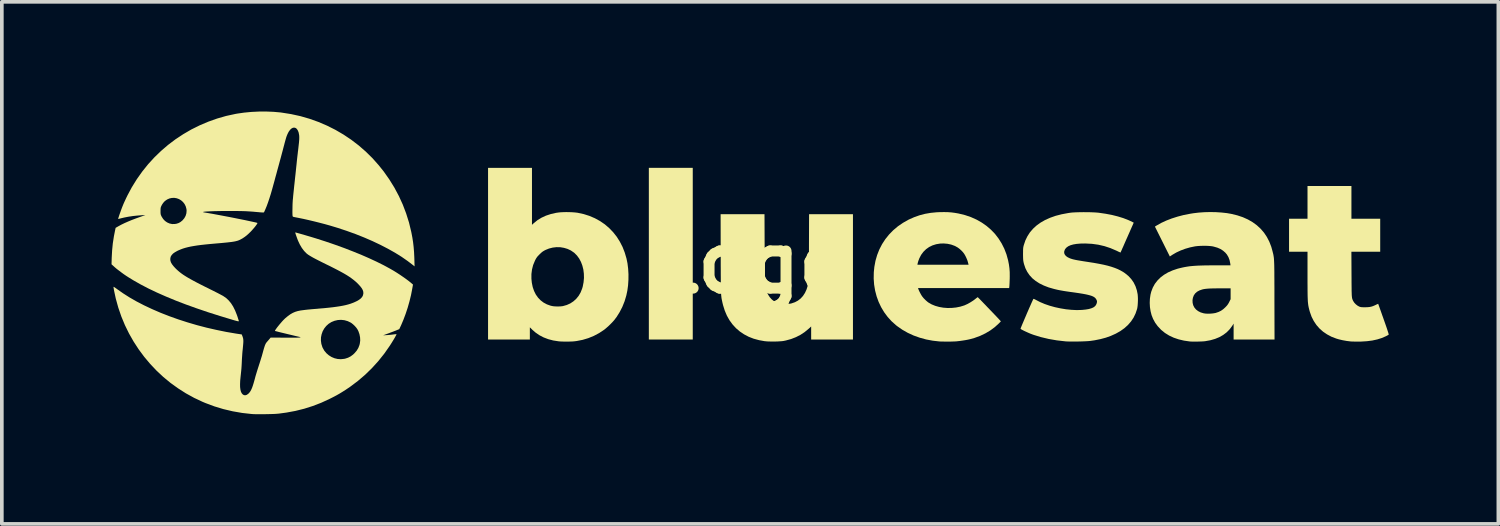
<source format=kicad_pcb>
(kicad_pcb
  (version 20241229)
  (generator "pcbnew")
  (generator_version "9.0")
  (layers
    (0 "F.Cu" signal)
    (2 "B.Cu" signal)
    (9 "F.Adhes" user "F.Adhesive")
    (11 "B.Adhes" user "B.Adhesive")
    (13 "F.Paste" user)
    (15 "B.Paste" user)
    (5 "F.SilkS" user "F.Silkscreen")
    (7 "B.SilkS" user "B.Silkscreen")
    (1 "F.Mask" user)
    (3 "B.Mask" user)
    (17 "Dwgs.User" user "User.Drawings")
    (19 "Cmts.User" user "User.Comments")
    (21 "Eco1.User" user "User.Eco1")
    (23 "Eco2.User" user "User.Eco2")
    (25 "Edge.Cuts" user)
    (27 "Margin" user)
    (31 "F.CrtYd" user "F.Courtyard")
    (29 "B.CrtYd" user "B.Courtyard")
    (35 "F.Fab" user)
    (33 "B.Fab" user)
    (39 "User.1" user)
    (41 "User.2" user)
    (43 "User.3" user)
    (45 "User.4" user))
  (footprint "Logo"
    (layer "F.Cu")
    (at 17.502 4.14)
    (property "Reference" "Logo" (at 0 0 0) (layer "F.SilkS") (effects (font (size 1.524 1.524) (thickness 0.3))))
    (attr board_only exclude_from_pos_files exclude_from_bom)
    (fp_poly (pts (xy -1.607 2.095) (xy -2.808 2.095) (xy -2.808 -2.6) (xy -1.607 -2.6)) (stroke (width 0) (type solid)) (fill yes) (layer "F.SilkS"))
    (fp_poly (pts (xy 16.406 -1.209) (xy 17.193 -1.209) (xy 17.193 -0.306) (xy 16.405 -0.306) (xy 16.408 0.308) (xy 16.409 0.427) (xy 16.409 0.53) (xy 16.41 0.619) (xy 16.411 0.696) (xy 16.411 0.76) (xy 16.413 0.814) (xy 16.414 0.859) (xy 16.416 0.896) (xy 16.419 0.926) (xy 16.422 0.951) (xy 16.426 0.971) (xy 16.431 0.989) (xy 16.437 1.004) (xy 16.443 1.019) (xy 16.451 1.035) (xy 16.458 1.048) (xy 16.486 1.09) (xy 16.525 1.131) (xy 16.57 1.167) (xy 16.615 1.192) (xy 16.619 1.194) (xy 16.641 1.202) (xy 16.662 1.207) (xy 16.687 1.211) (xy 16.719 1.212) (xy 16.762 1.213) (xy 16.779 1.213) (xy 16.845 1.211) (xy 16.9 1.206) (xy 16.949 1.196) (xy 16.997 1.181) (xy 17.05 1.158) (xy 17.067 1.15) (xy 17.097 1.135) (xy 17.121 1.125) (xy 17.135 1.119) (xy 17.138 1.119) (xy 17.141 1.127) (xy 17.149 1.15) (xy 17.162 1.185) (xy 17.178 1.231) (xy 17.198 1.287) (xy 17.221 1.352) (xy 17.246 1.424) (xy 17.274 1.501) (xy 17.287 1.539) (xy 17.321 1.635) (xy 17.349 1.715) (xy 17.372 1.782) (xy 17.39 1.837) (xy 17.404 1.881) (xy 17.415 1.914) (xy 17.421 1.938) (xy 17.424 1.953) (xy 17.425 1.962) (xy 17.423 1.964) (xy 17.411 1.971) (xy 17.388 1.984) (xy 17.359 1.999) (xy 17.35 2.004) (xy 17.238 2.053) (xy 17.114 2.092) (xy 16.978 2.122) (xy 16.831 2.141) (xy 16.673 2.151) (xy 16.58 2.152) (xy 16.528 2.151) (xy 16.48 2.151) (xy 16.438 2.15) (xy 16.407 2.149) (xy 16.39 2.148) (xy 16.39 2.148) (xy 16.275 2.134) (xy 16.165 2.114) (xy 16.062 2.09) (xy 15.992 2.069) (xy 15.859 2.018) (xy 15.739 1.954) (xy 15.63 1.88) (xy 15.533 1.794) (xy 15.448 1.697) (xy 15.376 1.589) (xy 15.316 1.471) (xy 15.27 1.342) (xy 15.254 1.286) (xy 15.246 1.252) (xy 15.238 1.221) (xy 15.232 1.19) (xy 15.226 1.159) (xy 15.222 1.127) (xy 15.218 1.092) (xy 15.214 1.052) (xy 15.212 1.008) (xy 15.21 0.956) (xy 15.208 0.897) (xy 15.207 0.829) (xy 15.206 0.75) (xy 15.206 0.659) (xy 15.205 0.555) (xy 15.205 0.436) (xy 15.205 0.347) (xy 15.205 -0.306) (xy 14.7 -0.306) (xy 14.7 -1.209) (xy 15.205 -1.209) (xy 15.205 -2.104) (xy 16.406 -2.104)) (stroke (width 0) (type solid)) (fill yes) (layer "F.SilkS"))
    (fp_poly (pts (xy 0.359 -0.395) (xy 0.359 -0.245) (xy 0.36 -0.111) (xy 0.36 0.009) (xy 0.361 0.116) (xy 0.362 0.21) (xy 0.362 0.292) (xy 0.364 0.364) (xy 0.365 0.426) (xy 0.367 0.479) (xy 0.369 0.525) (xy 0.371 0.565) (xy 0.374 0.598) (xy 0.377 0.627) (xy 0.381 0.653) (xy 0.386 0.676) (xy 0.391 0.697) (xy 0.396 0.717) (xy 0.403 0.738) (xy 0.41 0.76) (xy 0.415 0.774) (xy 0.451 0.863) (xy 0.499 0.938) (xy 0.556 1.001) (xy 0.624 1.052) (xy 0.703 1.09) (xy 0.754 1.107) (xy 0.796 1.115) (xy 0.849 1.12) (xy 0.908 1.122) (xy 0.969 1.121) (xy 1.026 1.118) (xy 1.074 1.112) (xy 1.093 1.107) (xy 1.187 1.075) (xy 1.271 1.03) (xy 1.344 0.973) (xy 1.407 0.904) (xy 1.461 0.821) (xy 1.505 0.726) (xy 1.539 0.617) (xy 1.554 0.551) (xy 1.557 0.539) (xy 1.559 0.525) (xy 1.56 0.507) (xy 1.562 0.485) (xy 1.563 0.457) (xy 1.564 0.424) (xy 1.565 0.383) (xy 1.566 0.334) (xy 1.567 0.276) (xy 1.568 0.207) (xy 1.569 0.128) (xy 1.569 0.037) (xy 1.57 -0.068) (xy 1.57 -0.186) (xy 1.571 -0.319) (xy 1.571 -0.424) (xy 1.574 -1.333) (xy 2.774 -1.333) (xy 2.774 2.095) (xy 1.631 2.095) (xy 1.631 1.738) (xy 1.567 1.797) (xy 1.456 1.889) (xy 1.34 1.966) (xy 1.215 2.03) (xy 1.082 2.082) (xy 0.939 2.121) (xy 0.877 2.134) (xy 0.833 2.14) (xy 0.777 2.144) (xy 0.712 2.148) (xy 0.642 2.15) (xy 0.57 2.15) (xy 0.5 2.149) (xy 0.435 2.147) (xy 0.38 2.142) (xy 0.364 2.141) (xy 0.208 2.113) (xy 0.06 2.073) (xy -0.077 2.02) (xy -0.204 1.953) (xy -0.32 1.875) (xy -0.426 1.784) (xy -0.52 1.681) (xy -0.603 1.567) (xy -0.674 1.441) (xy -0.732 1.304) (xy -0.778 1.157) (xy -0.795 1.088) (xy -0.801 1.059) (xy -0.807 1.033) (xy -0.812 1.008) (xy -0.817 0.984) (xy -0.821 0.96) (xy -0.824 0.935) (xy -0.827 0.908) (xy -0.83 0.878) (xy -0.832 0.844) (xy -0.834 0.804) (xy -0.836 0.759) (xy -0.837 0.707) (xy -0.838 0.647) (xy -0.839 0.578) (xy -0.84 0.5) (xy -0.84 0.41) (xy -0.841 0.309) (xy -0.841 0.196) (xy -0.842 0.068) (xy -0.842 -0.073) (xy -0.842 -0.231) (xy -0.843 -0.246) (xy -0.845 -1.333) (xy 0.355 -1.333)) (stroke (width 0) (type solid)) (fill yes) (layer "F.SilkS"))
    (fp_poly (pts (xy -6.004 -1.042) (xy -5.957 -1.085) (xy -5.856 -1.167) (xy -5.744 -1.236) (xy -5.623 -1.292) (xy -5.49 -1.336) (xy -5.347 -1.369) (xy -5.275 -1.379) (xy -5.217 -1.385) (xy -5.147 -1.388) (xy -5.07 -1.39) (xy -4.989 -1.389) (xy -4.911 -1.386) (xy -4.838 -1.381) (xy -4.776 -1.374) (xy -4.754 -1.371) (xy -4.588 -1.335) (xy -4.431 -1.285) (xy -4.282 -1.221) (xy -4.142 -1.144) (xy -4.012 -1.055) (xy -3.893 -0.953) (xy -3.784 -0.84) (xy -3.686 -0.716) (xy -3.601 -0.581) (xy -3.527 -0.437) (xy -3.467 -0.283) (xy -3.419 -0.12) (xy -3.392 0.012) (xy -3.374 0.157) (xy -3.365 0.308) (xy -3.366 0.461) (xy -3.376 0.614) (xy -3.396 0.76) (xy -3.424 0.891) (xy -3.471 1.049) (xy -3.532 1.201) (xy -3.606 1.345) (xy -3.69 1.479) (xy -3.756 1.566) (xy -3.797 1.612) (xy -3.847 1.664) (xy -3.901 1.717) (xy -3.957 1.767) (xy -4.009 1.811) (xy -4.033 1.83) (xy -4.168 1.919) (xy -4.311 1.995) (xy -4.462 2.057) (xy -4.619 2.104) (xy -4.782 2.136) (xy -4.847 2.144) (xy -4.891 2.148) (xy -4.948 2.15) (xy -5.012 2.152) (xy -5.079 2.152) (xy -5.146 2.151) (xy -5.206 2.149) (xy -5.257 2.146) (xy -5.275 2.144) (xy -5.423 2.121) (xy -5.56 2.085) (xy -5.686 2.037) (xy -5.801 1.977) (xy -5.907 1.904) (xy -5.99 1.832) (xy -6.062 1.761) (xy -6.062 2.095) (xy -7.205 2.095) (xy -7.205 0.434) (xy -6.019 0.434) (xy -6.008 0.543) (xy -5.984 0.66) (xy -5.947 0.767) (xy -5.899 0.864) (xy -5.839 0.949) (xy -5.768 1.023) (xy -5.688 1.084) (xy -5.597 1.133) (xy -5.497 1.169) (xy -5.449 1.18) (xy -5.402 1.187) (xy -5.345 1.19) (xy -5.283 1.191) (xy -5.224 1.189) (xy -5.172 1.183) (xy -5.155 1.18) (xy -5.05 1.15) (xy -4.955 1.107) (xy -4.869 1.05) (xy -4.793 0.981) (xy -4.728 0.901) (xy -4.674 0.808) (xy -4.633 0.705) (xy -4.616 0.648) (xy -4.593 0.529) (xy -4.582 0.41) (xy -4.585 0.294) (xy -4.599 0.181) (xy -4.626 0.074) (xy -4.664 -0.027) (xy -4.713 -0.119) (xy -4.773 -0.201) (xy -4.843 -0.272) (xy -4.857 -0.283) (xy -4.94 -0.34) (xy -5.031 -0.383) (xy -5.128 -0.412) (xy -5.229 -0.429) (xy -5.333 -0.431) (xy -5.437 -0.419) (xy -5.539 -0.393) (xy -5.63 -0.356) (xy -5.669 -0.336) (xy -5.699 -0.318) (xy -5.726 -0.299) (xy -5.754 -0.275) (xy -5.787 -0.244) (xy -5.798 -0.233) (xy -5.832 -0.198) (xy -5.858 -0.17) (xy -5.877 -0.143) (xy -5.895 -0.115) (xy -5.914 -0.079) (xy -5.924 -0.058) (xy -5.972 0.058) (xy -6.003 0.179) (xy -6.019 0.304) (xy -6.019 0.434) (xy -7.205 0.434) (xy -7.205 -2.6) (xy -6.004 -2.6)) (stroke (width 0) (type solid)) (fill yes) (layer "F.SilkS"))
    (fp_poly (pts (xy 5.372 -1.388) (xy 5.466 -1.381) (xy 5.559 -1.369) (xy 5.657 -1.352) (xy 5.666 -1.35) (xy 5.838 -1.308) (xy 6 -1.253) (xy 6.152 -1.185) (xy 6.295 -1.104) (xy 6.427 -1.012) (xy 6.548 -0.908) (xy 6.658 -0.794) (xy 6.755 -0.668) (xy 6.84 -0.533) (xy 6.913 -0.388) (xy 6.972 -0.234) (xy 7.017 -0.071) (xy 7.018 -0.065) (xy 7.039 0.041) (xy 7.053 0.144) (xy 7.061 0.249) (xy 7.062 0.363) (xy 7.061 0.431) (xy 7.059 0.485) (xy 7.057 0.537) (xy 7.055 0.583) (xy 7.053 0.619) (xy 7.051 0.642) (xy 7.051 0.644) (xy 7.046 0.687) (xy 4.554 0.687) (xy 4.559 0.706) (xy 4.571 0.737) (xy 4.589 0.777) (xy 4.611 0.82) (xy 4.634 0.863) (xy 4.656 0.899) (xy 4.666 0.914) (xy 4.707 0.965) (xy 4.757 1.016) (xy 4.81 1.062) (xy 4.839 1.084) (xy 4.926 1.134) (xy 5.024 1.174) (xy 5.13 1.204) (xy 5.243 1.224) (xy 5.359 1.233) (xy 5.478 1.231) (xy 5.595 1.219) (xy 5.71 1.196) (xy 5.82 1.162) (xy 5.838 1.154) (xy 5.911 1.121) (xy 5.987 1.078) (xy 6.062 1.03) (xy 6.12 0.986) (xy 6.147 0.965) (xy 6.169 0.948) (xy 6.183 0.938) (xy 6.186 0.937) (xy 6.193 0.943) (xy 6.209 0.959) (xy 6.235 0.985) (xy 6.268 1.019) (xy 6.307 1.059) (xy 6.351 1.105) (xy 6.399 1.154) (xy 6.449 1.207) (xy 6.5 1.26) (xy 6.551 1.313) (xy 6.601 1.365) (xy 6.647 1.413) (xy 6.69 1.458) (xy 6.727 1.497) (xy 6.758 1.53) (xy 6.78 1.554) (xy 6.793 1.568) (xy 6.795 1.57) (xy 6.819 1.599) (xy 6.766 1.653) (xy 6.654 1.755) (xy 6.531 1.846) (xy 6.395 1.927) (xy 6.25 1.996) (xy 6.094 2.053) (xy 5.975 2.086) (xy 5.917 2.099) (xy 5.847 2.112) (xy 5.771 2.124) (xy 5.694 2.135) (xy 5.62 2.143) (xy 5.607 2.145) (xy 5.569 2.147) (xy 5.518 2.149) (xy 5.458 2.151) (xy 5.393 2.151) (xy 5.327 2.152) (xy 5.264 2.151) (xy 5.207 2.15) (xy 5.161 2.149) (xy 5.143 2.148) (xy 4.956 2.127) (xy 4.775 2.093) (xy 4.6 2.045) (xy 4.432 1.985) (xy 4.273 1.912) (xy 4.124 1.827) (xy 3.986 1.731) (xy 3.95 1.703) (xy 3.83 1.595) (xy 3.722 1.476) (xy 3.627 1.348) (xy 3.545 1.211) (xy 3.476 1.066) (xy 3.421 0.914) (xy 3.38 0.757) (xy 3.353 0.594) (xy 3.341 0.428) (xy 3.344 0.258) (xy 3.359 0.109) (xy 3.37 0.05) (xy 4.537 0.05) (xy 5.936 0.05) (xy 5.92 -0.014) (xy 5.903 -0.07) (xy 5.878 -0.131) (xy 5.85 -0.19) (xy 5.821 -0.241) (xy 5.813 -0.253) (xy 5.78 -0.296) (xy 5.737 -0.341) (xy 5.69 -0.383) (xy 5.644 -0.418) (xy 5.643 -0.419) (xy 5.557 -0.466) (xy 5.462 -0.501) (xy 5.36 -0.523) (xy 5.254 -0.532) (xy 5.158 -0.529) (xy 5.049 -0.511) (xy 4.948 -0.479) (xy 4.856 -0.434) (xy 4.773 -0.375) (xy 4.701 -0.304) (xy 4.639 -0.221) (xy 4.59 -0.127) (xy 4.565 -0.062) (xy 4.555 -0.03) (xy 4.546 0.002) (xy 4.542 0.019) (xy 4.537 0.05) (xy 3.37 0.05) (xy 3.39 -0.058) (xy 3.436 -0.217) (xy 3.496 -0.369) (xy 3.571 -0.514) (xy 3.659 -0.649) (xy 3.761 -0.776) (xy 3.875 -0.893) (xy 4.002 -1) (xy 4.14 -1.095) (xy 4.29 -1.18) (xy 4.308 -1.189) (xy 4.451 -1.252) (xy 4.596 -1.303) (xy 4.745 -1.342) (xy 4.901 -1.369) (xy 5.065 -1.385) (xy 5.161 -1.389) (xy 5.272 -1.39)) (stroke (width 0) (type solid)) (fill yes) (layer "F.SilkS"))
    (fp_poly (pts (xy 12.701 -1.388) (xy 12.854 -1.378) (xy 12.999 -1.362) (xy 13.12 -1.341) (xy 13.284 -1.301) (xy 13.437 -1.25) (xy 13.577 -1.187) (xy 13.705 -1.113) (xy 13.821 -1.028) (xy 13.924 -0.933) (xy 14.016 -0.826) (xy 14.094 -0.709) (xy 14.16 -0.581) (xy 14.214 -0.442) (xy 14.247 -0.323) (xy 14.254 -0.294) (xy 14.261 -0.268) (xy 14.267 -0.243) (xy 14.272 -0.22) (xy 14.276 -0.196) (xy 14.28 -0.171) (xy 14.284 -0.144) (xy 14.287 -0.114) (xy 14.289 -0.08) (xy 14.291 -0.041) (xy 14.293 0.004) (xy 14.295 0.055) (xy 14.296 0.115) (xy 14.297 0.183) (xy 14.298 0.261) (xy 14.298 0.349) (xy 14.299 0.449) (xy 14.299 0.562) (xy 14.3 0.688) (xy 14.3 0.829) (xy 14.3 0.985) (xy 14.3 1.017) (xy 14.303 2.095) (xy 13.184 2.095) (xy 13.184 1.878) (xy 13.184 1.66) (xy 13.144 1.724) (xy 13.074 1.817) (xy 12.993 1.899) (xy 12.899 1.97) (xy 12.794 2.03) (xy 12.677 2.078) (xy 12.548 2.115) (xy 12.408 2.14) (xy 12.404 2.141) (xy 12.362 2.145) (xy 12.308 2.148) (xy 12.247 2.15) (xy 12.183 2.152) (xy 12.119 2.152) (xy 12.061 2.152) (xy 12.011 2.15) (xy 11.984 2.148) (xy 11.826 2.125) (xy 11.679 2.09) (xy 11.544 2.044) (xy 11.42 1.986) (xy 11.307 1.916) (xy 11.206 1.834) (xy 11.192 1.82) (xy 11.108 1.73) (xy 11.038 1.635) (xy 10.982 1.532) (xy 10.941 1.429) (xy 10.914 1.323) (xy 10.896 1.21) (xy 10.89 1.094) (xy 10.893 1.018) (xy 12.06 1.018) (xy 12.063 1.092) (xy 12.08 1.16) (xy 12.112 1.222) (xy 12.157 1.275) (xy 12.215 1.319) (xy 12.284 1.354) (xy 12.366 1.378) (xy 12.37 1.379) (xy 12.42 1.386) (xy 12.481 1.389) (xy 12.546 1.387) (xy 12.61 1.382) (xy 12.668 1.373) (xy 12.696 1.367) (xy 12.772 1.341) (xy 12.838 1.309) (xy 12.897 1.268) (xy 12.953 1.218) (xy 12.989 1.181) (xy 13.015 1.15) (xy 13.036 1.119) (xy 13.057 1.083) (xy 13.063 1.07) (xy 13.102 0.992) (xy 13.102 0.696) (xy 12.818 0.696) (xy 12.718 0.696) (xy 12.633 0.697) (xy 12.56 0.699) (xy 12.499 0.702) (xy 12.448 0.706) (xy 12.404 0.711) (xy 12.366 0.717) (xy 12.332 0.725) (xy 12.33 0.725) (xy 12.251 0.752) (xy 12.185 0.788) (xy 12.133 0.834) (xy 12.095 0.889) (xy 12.071 0.953) (xy 12.06 1.018) (xy 10.893 1.018) (xy 10.895 0.979) (xy 10.911 0.868) (xy 10.932 0.785) (xy 10.974 0.675) (xy 11.03 0.573) (xy 11.101 0.481) (xy 11.184 0.398) (xy 11.282 0.324) (xy 11.392 0.259) (xy 11.517 0.204) (xy 11.654 0.158) (xy 11.721 0.141) (xy 11.785 0.126) (xy 11.849 0.113) (xy 11.913 0.102) (xy 11.979 0.092) (xy 12.05 0.085) (xy 12.127 0.079) (xy 12.212 0.074) (xy 12.305 0.071) (xy 12.41 0.068) (xy 12.528 0.067) (xy 12.66 0.066) (xy 12.688 0.066) (xy 13.099 0.066) (xy 13.092 0.014) (xy 13.073 -0.078) (xy 13.042 -0.159) (xy 13 -0.23) (xy 12.958 -0.28) (xy 12.895 -0.335) (xy 12.823 -0.381) (xy 12.74 -0.417) (xy 12.643 -0.445) (xy 12.608 -0.453) (xy 12.558 -0.46) (xy 12.495 -0.465) (xy 12.425 -0.468) (xy 12.351 -0.468) (xy 12.277 -0.466) (xy 12.208 -0.462) (xy 12.147 -0.455) (xy 12.13 -0.453) (xy 11.994 -0.425) (xy 11.862 -0.387) (xy 11.736 -0.34) (xy 11.619 -0.286) (xy 11.514 -0.225) (xy 11.499 -0.215) (xy 11.44 -0.176) (xy 11.032 -0.993) (xy 11.079 -1.023) (xy 11.203 -1.093) (xy 11.341 -1.157) (xy 11.491 -1.215) (xy 11.651 -1.266) (xy 11.819 -1.31) (xy 11.994 -1.344) (xy 12.079 -1.358) (xy 12.229 -1.376) (xy 12.385 -1.387) (xy 12.544 -1.391)) (stroke (width 0) (type solid)) (fill yes) (layer "F.SilkS"))
    (fp_poly (pts (xy 9.173 -1.387) (xy 9.26 -1.386) (xy 9.342 -1.383) (xy 9.416 -1.379) (xy 9.478 -1.374) (xy 9.495 -1.372) (xy 9.68 -1.345) (xy 9.855 -1.312) (xy 10.018 -1.271) (xy 10.168 -1.225) (xy 10.304 -1.172) (xy 10.359 -1.147) (xy 10.452 -1.102) (xy 10.441 -1.075) (xy 10.434 -1.06) (xy 10.423 -1.033) (xy 10.406 -0.996) (xy 10.385 -0.948) (xy 10.361 -0.894) (xy 10.335 -0.834) (xy 10.306 -0.769) (xy 10.277 -0.703) (xy 10.247 -0.636) (xy 10.218 -0.57) (xy 10.19 -0.506) (xy 10.165 -0.448) (xy 10.141 -0.396) (xy 10.122 -0.351) (xy 10.106 -0.317) (xy 10.096 -0.294) (xy 10.092 -0.284) (xy 10.092 -0.284) (xy 10.084 -0.286) (xy 10.064 -0.295) (xy 10.034 -0.308) (xy 9.998 -0.326) (xy 9.979 -0.335) (xy 9.815 -0.405) (xy 9.651 -0.459) (xy 9.483 -0.498) (xy 9.31 -0.522) (xy 9.131 -0.531) (xy 9.114 -0.531) (xy 8.995 -0.529) (xy 8.89 -0.52) (xy 8.8 -0.505) (xy 8.725 -0.484) (xy 8.663 -0.456) (xy 8.615 -0.422) (xy 8.579 -0.381) (xy 8.567 -0.359) (xy 8.551 -0.312) (xy 8.551 -0.268) (xy 8.568 -0.226) (xy 8.6 -0.188) (xy 8.646 -0.155) (xy 8.708 -0.125) (xy 8.756 -0.109) (xy 8.789 -0.099) (xy 8.828 -0.09) (xy 8.874 -0.08) (xy 8.929 -0.07) (xy 8.995 -0.059) (xy 9.073 -0.046) (xy 9.164 -0.032) (xy 9.209 -0.025) (xy 9.363 -0.001) (xy 9.502 0.024) (xy 9.627 0.049) (xy 9.74 0.076) (xy 9.841 0.105) (xy 9.932 0.136) (xy 10.015 0.169) (xy 10.09 0.206) (xy 10.159 0.245) (xy 10.214 0.282) (xy 10.306 0.357) (xy 10.385 0.442) (xy 10.45 0.535) (xy 10.501 0.638) (xy 10.538 0.75) (xy 10.56 0.859) (xy 10.564 0.909) (xy 10.567 0.968) (xy 10.567 1.032) (xy 10.564 1.098) (xy 10.56 1.16) (xy 10.553 1.215) (xy 10.545 1.257) (xy 10.544 1.26) (xy 10.503 1.382) (xy 10.448 1.496) (xy 10.379 1.6) (xy 10.296 1.696) (xy 10.199 1.784) (xy 10.087 1.864) (xy 9.961 1.935) (xy 9.95 1.94) (xy 9.823 1.997) (xy 9.688 2.045) (xy 9.542 2.084) (xy 9.383 2.116) (xy 9.267 2.133) (xy 9.225 2.137) (xy 9.17 2.141) (xy 9.105 2.144) (xy 9.031 2.147) (xy 8.954 2.149) (xy 8.875 2.15) (xy 8.799 2.15) (xy 8.727 2.15) (xy 8.663 2.149) (xy 8.61 2.147) (xy 8.584 2.145) (xy 8.349 2.118) (xy 8.125 2.079) (xy 7.911 2.028) (xy 7.719 1.969) (xy 7.674 1.953) (xy 7.624 1.934) (xy 7.573 1.912) (xy 7.522 1.889) (xy 7.474 1.867) (xy 7.431 1.846) (xy 7.395 1.827) (xy 7.37 1.812) (xy 7.358 1.802) (xy 7.357 1.8) (xy 7.359 1.791) (xy 7.368 1.769) (xy 7.382 1.734) (xy 7.4 1.69) (xy 7.422 1.638) (xy 7.447 1.579) (xy 7.474 1.515) (xy 7.503 1.448) (xy 7.532 1.379) (xy 7.562 1.311) (xy 7.59 1.245) (xy 7.618 1.183) (xy 7.643 1.126) (xy 7.665 1.076) (xy 7.684 1.035) (xy 7.698 1.005) (xy 7.707 0.987) (xy 7.71 0.983) (xy 7.719 0.984) (xy 7.739 0.992) (xy 7.766 1.005) (xy 7.776 1.011) (xy 7.89 1.07) (xy 8.018 1.124) (xy 8.155 1.171) (xy 8.3 1.211) (xy 8.449 1.243) (xy 8.6 1.268) (xy 8.749 1.283) (xy 8.894 1.29) (xy 9.032 1.286) (xy 9.044 1.285) (xy 9.141 1.275) (xy 9.224 1.261) (xy 9.291 1.242) (xy 9.346 1.219) (xy 9.388 1.189) (xy 9.418 1.154) (xy 9.437 1.113) (xy 9.443 1.092) (xy 9.448 1.064) (xy 9.447 1.044) (xy 9.441 1.024) (xy 9.432 1.005) (xy 9.418 0.981) (xy 9.399 0.959) (xy 9.376 0.939) (xy 9.346 0.921) (xy 9.308 0.904) (xy 9.262 0.889) (xy 9.206 0.874) (xy 9.139 0.859) (xy 9.059 0.844) (xy 8.966 0.829) (xy 8.859 0.813) (xy 8.787 0.803) (xy 8.691 0.79) (xy 8.61 0.778) (xy 8.539 0.767) (xy 8.477 0.756) (xy 8.422 0.746) (xy 8.369 0.735) (xy 8.318 0.723) (xy 8.273 0.712) (xy 8.126 0.67) (xy 7.994 0.619) (xy 7.876 0.561) (xy 7.772 0.495) (xy 7.681 0.421) (xy 7.605 0.338) (xy 7.541 0.246) (xy 7.49 0.145) (xy 7.453 0.035) (xy 7.443 -0.003) (xy 7.437 -0.033) (xy 7.432 -0.061) (xy 7.429 -0.093) (xy 7.427 -0.13) (xy 7.426 -0.176) (xy 7.425 -0.235) (xy 7.425 -0.244) (xy 7.426 -0.303) (xy 7.426 -0.348) (xy 7.428 -0.383) (xy 7.43 -0.411) (xy 7.434 -0.437) (xy 7.44 -0.463) (xy 7.447 -0.489) (xy 7.489 -0.614) (xy 7.545 -0.729) (xy 7.614 -0.836) (xy 7.698 -0.934) (xy 7.795 -1.023) (xy 7.906 -1.103) (xy 8.03 -1.174) (xy 8.167 -1.235) (xy 8.317 -1.288) (xy 8.48 -1.33) (xy 8.656 -1.363) (xy 8.716 -1.372) (xy 8.769 -1.378) (xy 8.836 -1.382) (xy 8.912 -1.385) (xy 8.996 -1.387) (xy 9.084 -1.388)) (stroke (width 0) (type solid)) (fill yes) (layer "F.SilkS"))
    (fp_poly (pts (xy -12.469 -0.832) (xy -12.447 -0.827) (xy -12.413 -0.817) (xy -12.368 -0.805) (xy -12.316 -0.79) (xy -12.257 -0.774) (xy -12.195 -0.755) (xy -12.131 -0.736) (xy -12.066 -0.717) (xy -12.003 -0.698) (xy -11.944 -0.68) (xy -11.917 -0.672) (xy -11.652 -0.587) (xy -11.394 -0.499) (xy -11.145 -0.409) (xy -10.905 -0.316) (xy -10.675 -0.223) (xy -10.458 -0.128) (xy -10.253 -0.033) (xy -10.062 0.062) (xy -9.887 0.157) (xy -9.864 0.17) (xy -9.781 0.218) (xy -9.696 0.271) (xy -9.61 0.327) (xy -9.527 0.384) (xy -9.449 0.439) (xy -9.378 0.492) (xy -9.318 0.54) (xy -9.294 0.561) (xy -9.258 0.592) (xy -9.28 0.716) (xy -9.312 0.881) (xy -9.354 1.052) (xy -9.403 1.225) (xy -9.459 1.394) (xy -9.52 1.556) (xy -9.584 1.707) (xy -9.595 1.73) (xy -9.633 1.811) (xy -9.696 1.837) (xy -9.725 1.849) (xy -9.765 1.864) (xy -9.813 1.883) (xy -9.865 1.902) (xy -9.917 1.922) (xy -10.075 1.98) (xy -9.988 1.975) (xy -9.94 1.972) (xy -9.885 1.967) (xy -9.831 1.961) (xy -9.806 1.958) (xy -9.769 1.953) (xy -9.738 1.95) (xy -9.716 1.949) (xy -9.708 1.95) (xy -9.71 1.958) (xy -9.72 1.979) (xy -9.737 2.009) (xy -9.758 2.048) (xy -9.784 2.092) (xy -9.813 2.139) (xy -9.843 2.188) (xy -9.874 2.237) (xy -9.892 2.265) (xy -10.043 2.481) (xy -10.206 2.685) (xy -10.381 2.878) (xy -10.567 3.059) (xy -10.765 3.228) (xy -10.975 3.386) (xy -11.102 3.472) (xy -11.186 3.525) (xy -11.266 3.574) (xy -11.347 3.62) (xy -11.434 3.666) (xy -11.531 3.715) (xy -11.543 3.721) (xy -11.769 3.825) (xy -11.998 3.913) (xy -12.231 3.987) (xy -12.471 4.047) (xy -12.719 4.093) (xy -12.926 4.121) (xy -12.97 4.125) (xy -13.028 4.129) (xy -13.096 4.132) (xy -13.173 4.134) (xy -13.253 4.136) (xy -13.336 4.137) (xy -13.417 4.138) (xy -13.493 4.137) (xy -13.563 4.137) (xy -13.622 4.135) (xy -13.668 4.132) (xy -13.669 4.132) (xy -13.93 4.103) (xy -14.188 4.058) (xy -14.442 3.998) (xy -14.69 3.923) (xy -14.931 3.833) (xy -15.01 3.8) (xy -15.244 3.69) (xy -15.469 3.566) (xy -15.684 3.429) (xy -15.891 3.28) (xy -16.087 3.118) (xy -16.272 2.945) (xy -16.446 2.761) (xy -16.609 2.567) (xy -16.76 2.363) (xy -16.898 2.151) (xy -17.024 1.93) (xy -17.136 1.701) (xy -17.234 1.465) (xy -17.317 1.223) (xy -17.386 0.974) (xy -17.429 0.775) (xy -17.437 0.733) (xy -17.443 0.697) (xy -17.447 0.67) (xy -17.448 0.655) (xy -17.448 0.653) (xy -17.441 0.655) (xy -17.423 0.665) (xy -17.397 0.682) (xy -17.365 0.705) (xy -17.355 0.713) (xy -17.19 0.829) (xy -17.011 0.943) (xy -16.817 1.054) (xy -16.61 1.161) (xy -16.391 1.264) (xy -16.162 1.363) (xy -15.924 1.456) (xy -15.678 1.544) (xy -15.424 1.626) (xy -15.165 1.702) (xy -14.901 1.771) (xy -14.634 1.832) (xy -14.365 1.887) (xy -14.095 1.933) (xy -14.062 1.938) (xy -13.941 1.956) (xy -13.919 2.013) (xy -13.91 2.04) (xy -13.903 2.067) (xy -13.899 2.097) (xy -13.897 2.133) (xy -13.898 2.175) (xy -13.902 2.228) (xy -13.908 2.293) (xy -13.913 2.349) (xy -13.92 2.411) (xy -13.926 2.483) (xy -13.931 2.558) (xy -13.936 2.63) (xy -13.938 2.675) (xy -13.941 2.743) (xy -13.944 2.798) (xy -13.947 2.846) (xy -13.95 2.89) (xy -13.954 2.934) (xy -13.959 2.983) (xy -13.965 3.04) (xy -13.972 3.105) (xy -13.983 3.216) (xy -13.987 3.312) (xy -13.986 3.394) (xy -13.978 3.462) (xy -13.964 3.518) (xy -13.944 3.561) (xy -13.917 3.593) (xy -13.917 3.594) (xy -13.882 3.615) (xy -13.845 3.62) (xy -13.806 3.609) (xy -13.766 3.582) (xy -13.747 3.564) (xy -13.723 3.536) (xy -13.701 3.504) (xy -13.681 3.466) (xy -13.661 3.421) (xy -13.641 3.366) (xy -13.62 3.3) (xy -13.597 3.22) (xy -13.581 3.162) (xy -13.566 3.104) (xy -13.546 3.037) (xy -13.524 2.964) (xy -13.501 2.891) (xy -13.479 2.823) (xy -13.474 2.807) (xy -13.453 2.743) (xy -13.431 2.674) (xy -13.41 2.605) (xy -13.39 2.541) (xy -13.375 2.486) (xy -13.371 2.472) (xy -13.351 2.398) (xy -13.334 2.339) (xy -13.319 2.291) (xy -13.306 2.253) (xy -13.293 2.223) (xy -13.281 2.199) (xy -13.267 2.179) (xy -13.252 2.16) (xy -13.246 2.154) (xy -13.221 2.125) (xy -11.776 2.125) (xy -11.764 2.214) (xy -11.737 2.3) (xy -11.728 2.321) (xy -11.684 2.399) (xy -11.627 2.468) (xy -11.56 2.526) (xy -11.485 2.573) (xy -11.404 2.607) (xy -11.319 2.627) (xy -11.231 2.633) (xy -11.142 2.624) (xy -11.112 2.618) (xy -11.033 2.592) (xy -10.963 2.556) (xy -10.898 2.508) (xy -10.86 2.472) (xy -10.799 2.402) (xy -10.753 2.326) (xy -10.721 2.243) (xy -10.712 2.205) (xy -10.701 2.122) (xy -10.705 2.036) (xy -10.722 1.949) (xy -10.751 1.866) (xy -10.78 1.811) (xy -10.812 1.767) (xy -10.854 1.72) (xy -10.9 1.677) (xy -10.946 1.641) (xy -10.959 1.633) (xy -11.042 1.593) (xy -11.131 1.567) (xy -11.222 1.557) (xy -11.313 1.562) (xy -11.404 1.583) (xy -11.49 1.618) (xy -11.566 1.666) (xy -11.631 1.725) (xy -11.685 1.793) (xy -11.728 1.87) (xy -11.757 1.952) (xy -11.774 2.037) (xy -11.776 2.125) (xy -13.221 2.125) (xy -13.221 2.125) (xy -13.196 2.096) (xy -13.178 2.075) (xy -13.151 2.042) (xy -12.756 2.044) (xy -12.652 2.045) (xy -12.565 2.045) (xy -12.493 2.045) (xy -12.435 2.044) (xy -12.391 2.042) (xy -12.36 2.04) (xy -12.341 2.038) (xy -12.334 2.035) (xy -12.337 2.031) (xy -12.351 2.026) (xy -12.37 2.021) (xy -12.403 2.014) (xy -12.446 2.004) (xy -12.497 1.992) (xy -12.555 1.978) (xy -12.617 1.963) (xy -12.681 1.948) (xy -12.746 1.932) (xy -12.809 1.917) (xy -12.867 1.903) (xy -12.92 1.89) (xy -12.965 1.878) (xy -13 1.869) (xy -13.024 1.863) (xy -13.033 1.861) (xy -13.033 1.861) (xy -13.031 1.851) (xy -13.02 1.831) (xy -13.001 1.803) (xy -12.976 1.768) (xy -12.945 1.729) (xy -12.912 1.688) (xy -12.876 1.646) (xy -12.841 1.605) (xy -12.807 1.568) (xy -12.775 1.536) (xy -12.749 1.511) (xy -12.749 1.511) (xy -12.676 1.451) (xy -12.609 1.403) (xy -12.544 1.366) (xy -12.479 1.338) (xy -12.41 1.317) (xy -12.333 1.301) (xy -12.302 1.297) (xy -12.266 1.292) (xy -12.234 1.288) (xy -12.205 1.284) (xy -12.175 1.281) (xy -12.144 1.277) (xy -12.108 1.274) (xy -12.065 1.27) (xy -12.014 1.265) (xy -11.951 1.26) (xy -11.875 1.254) (xy -11.838 1.25) (xy -11.693 1.238) (xy -11.564 1.225) (xy -11.449 1.212) (xy -11.345 1.198) (xy -11.253 1.184) (xy -11.17 1.169) (xy -11.096 1.153) (xy -11.028 1.135) (xy -10.965 1.116) (xy -10.906 1.094) (xy -10.875 1.082) (xy -10.795 1.045) (xy -10.732 1.008) (xy -10.683 0.97) (xy -10.648 0.93) (xy -10.626 0.887) (xy -10.616 0.841) (xy -10.615 0.823) (xy -10.619 0.781) (xy -10.634 0.738) (xy -10.659 0.693) (xy -10.697 0.643) (xy -10.746 0.589) (xy -10.79 0.544) (xy -10.837 0.502) (xy -10.887 0.461) (xy -10.941 0.42) (xy -11.001 0.378) (xy -11.068 0.335) (xy -11.144 0.29) (xy -11.229 0.243) (xy -11.325 0.192) (xy -11.434 0.136) (xy -11.555 0.075) (xy -11.636 0.036) (xy -11.743 -0.017) (xy -11.836 -0.064) (xy -11.916 -0.105) (xy -11.984 -0.141) (xy -12.04 -0.173) (xy -12.087 -0.201) (xy -12.125 -0.225) (xy -12.155 -0.248) (xy -12.171 -0.261) (xy -12.236 -0.328) (xy -12.297 -0.409) (xy -12.353 -0.504) (xy -12.393 -0.589) (xy -12.406 -0.619) (xy -12.42 -0.655) (xy -12.434 -0.694) (xy -12.448 -0.734) (xy -12.461 -0.771) (xy -12.471 -0.802) (xy -12.477 -0.824) (xy -12.478 -0.833) (xy -12.478 -0.834)) (stroke (width 0) (type solid)) (fill yes) (layer "F.SilkS"))
    (fp_poly (pts (xy -13.072 -4.132) (xy -12.881 -4.115) (xy -12.853 -4.111) (xy -12.593 -4.07) (xy -12.337 -4.014) (xy -12.088 -3.942) (xy -11.844 -3.855) (xy -11.608 -3.754) (xy -11.379 -3.639) (xy -11.158 -3.51) (xy -10.946 -3.368) (xy -10.742 -3.212) (xy -10.549 -3.044) (xy -10.365 -2.863) (xy -10.193 -2.669) (xy -10.058 -2.5) (xy -9.906 -2.284) (xy -9.768 -2.061) (xy -9.645 -1.831) (xy -9.537 -1.595) (xy -9.445 -1.353) (xy -9.367 -1.105) (xy -9.306 -0.852) (xy -9.301 -0.828) (xy -9.275 -0.692) (xy -9.255 -0.563) (xy -9.24 -0.433) (xy -9.229 -0.3) (xy -9.222 -0.156) (xy -9.22 -0.095) (xy -9.215 0.095) (xy -9.252 0.064) (xy -9.403 -0.051) (xy -9.568 -0.166) (xy -9.748 -0.278) (xy -9.942 -0.387) (xy -10.147 -0.493) (xy -10.364 -0.596) (xy -10.59 -0.694) (xy -10.826 -0.788) (xy -11.07 -0.876) (xy -11.32 -0.959) (xy -11.533 -1.023) (xy -11.672 -1.062) (xy -11.818 -1.1) (xy -11.966 -1.137) (xy -12.113 -1.172) (xy -12.255 -1.204) (xy -12.387 -1.231) (xy -12.449 -1.243) (xy -12.49 -1.251) (xy -12.519 -1.257) (xy -12.536 -1.263) (xy -12.545 -1.27) (xy -12.55 -1.277) (xy -12.55 -1.278) (xy -12.552 -1.296) (xy -12.554 -1.327) (xy -12.555 -1.368) (xy -12.555 -1.418) (xy -12.554 -1.473) (xy -12.553 -1.53) (xy -12.552 -1.587) (xy -12.55 -1.64) (xy -12.547 -1.686) (xy -12.547 -1.694) (xy -12.544 -1.728) (xy -12.539 -1.776) (xy -12.534 -1.836) (xy -12.527 -1.904) (xy -12.519 -1.979) (xy -12.511 -2.057) (xy -12.503 -2.135) (xy -12.501 -2.149) (xy -12.492 -2.233) (xy -12.483 -2.32) (xy -12.473 -2.408) (xy -12.464 -2.492) (xy -12.456 -2.571) (xy -12.449 -2.639) (xy -12.443 -2.692) (xy -12.436 -2.762) (xy -12.428 -2.839) (xy -12.419 -2.918) (xy -12.41 -2.993) (xy -12.403 -3.058) (xy -12.401 -3.068) (xy -12.391 -3.156) (xy -12.383 -3.228) (xy -12.376 -3.288) (xy -12.372 -3.338) (xy -12.369 -3.378) (xy -12.368 -3.412) (xy -12.368 -3.441) (xy -12.369 -3.468) (xy -12.371 -3.493) (xy -12.372 -3.501) (xy -12.386 -3.57) (xy -12.408 -3.624) (xy -12.435 -3.665) (xy -12.467 -3.69) (xy -12.503 -3.7) (xy -12.541 -3.696) (xy -12.58 -3.676) (xy -12.619 -3.64) (xy -12.656 -3.589) (xy -12.674 -3.555) (xy -12.688 -3.527) (xy -12.7 -3.499) (xy -12.712 -3.469) (xy -12.724 -3.434) (xy -12.736 -3.393) (xy -12.75 -3.344) (xy -12.767 -3.282) (xy -12.786 -3.208) (xy -12.788 -3.202) (xy -12.805 -3.137) (xy -12.825 -3.06) (xy -12.848 -2.975) (xy -12.871 -2.887) (xy -12.895 -2.801) (xy -12.917 -2.719) (xy -12.923 -2.697) (xy -12.945 -2.616) (xy -12.97 -2.526) (xy -12.995 -2.432) (xy -13.021 -2.339) (xy -13.044 -2.252) (xy -13.065 -2.175) (xy -13.069 -2.162) (xy -13.109 -2.016) (xy -13.148 -1.881) (xy -13.187 -1.758) (xy -13.224 -1.649) (xy -13.259 -1.553) (xy -13.283 -1.495) (xy -13.299 -1.457) (xy -13.314 -1.424) (xy -13.325 -1.399) (xy -13.332 -1.386) (xy -13.332 -1.385) (xy -13.338 -1.381) (xy -13.35 -1.379) (xy -13.37 -1.379) (xy -13.402 -1.381) (xy -13.447 -1.384) (xy -13.471 -1.387) (xy -13.555 -1.394) (xy -13.63 -1.401) (xy -13.7 -1.406) (xy -13.765 -1.41) (xy -13.83 -1.414) (xy -13.896 -1.416) (xy -13.967 -1.418) (xy -14.045 -1.419) (xy -14.132 -1.42) (xy -14.233 -1.42) (xy -14.29 -1.42) (xy -14.403 -1.42) (xy -14.51 -1.419) (xy -14.609 -1.417) (xy -14.699 -1.415) (xy -14.78 -1.412) (xy -14.85 -1.409) (xy -14.908 -1.406) (xy -14.953 -1.402) (xy -14.984 -1.397) (xy -15 -1.393) (xy -15 -1.392) (xy -14.996 -1.388) (xy -14.978 -1.383) (xy -14.951 -1.378) (xy -14.938 -1.376) (xy -14.885 -1.367) (xy -14.822 -1.356) (xy -14.75 -1.344) (xy -14.67 -1.329) (xy -14.584 -1.313) (xy -14.493 -1.296) (xy -14.399 -1.278) (xy -14.303 -1.26) (xy -14.206 -1.241) (xy -14.11 -1.222) (xy -14.017 -1.203) (xy -13.927 -1.185) (xy -13.842 -1.168) (xy -13.764 -1.151) (xy -13.694 -1.136) (xy -13.633 -1.123) (xy -13.583 -1.112) (xy -13.545 -1.103) (xy -13.521 -1.096) (xy -13.512 -1.092) (xy -13.514 -1.083) (xy -13.524 -1.063) (xy -13.543 -1.036) (xy -13.568 -1.002) (xy -13.598 -0.965) (xy -13.632 -0.926) (xy -13.666 -0.887) (xy -13.701 -0.85) (xy -13.706 -0.845) (xy -13.78 -0.775) (xy -13.85 -0.718) (xy -13.921 -0.67) (xy -13.965 -0.646) (xy -13.992 -0.632) (xy -14.019 -0.62) (xy -14.048 -0.609) (xy -14.08 -0.6) (xy -14.116 -0.591) (xy -14.158 -0.583) (xy -14.207 -0.575) (xy -14.265 -0.568) (xy -14.334 -0.56) (xy -14.414 -0.552) (xy -14.507 -0.543) (xy -14.614 -0.534) (xy -14.659 -0.53) (xy -14.806 -0.517) (xy -14.937 -0.504) (xy -15.055 -0.491) (xy -15.161 -0.477) (xy -15.255 -0.462) (xy -15.34 -0.447) (xy -15.416 -0.43) (xy -15.486 -0.412) (xy -15.55 -0.392) (xy -15.609 -0.37) (xy -15.666 -0.346) (xy -15.702 -0.329) (xy -15.768 -0.292) (xy -15.819 -0.256) (xy -15.856 -0.217) (xy -15.881 -0.176) (xy -15.888 -0.155) (xy -15.896 -0.108) (xy -15.892 -0.061) (xy -15.876 -0.012) (xy -15.846 0.039) (xy -15.802 0.095) (xy -15.758 0.143) (xy -15.718 0.182) (xy -15.677 0.219) (xy -15.634 0.255) (xy -15.587 0.291) (xy -15.536 0.327) (xy -15.478 0.364) (xy -15.414 0.403) (xy -15.34 0.445) (xy -15.258 0.49) (xy -15.164 0.54) (xy -15.059 0.594) (xy -14.94 0.654) (xy -14.862 0.692) (xy -14.789 0.729) (xy -14.718 0.764) (xy -14.651 0.798) (xy -14.59 0.829) (xy -14.537 0.857) (xy -14.494 0.88) (xy -14.462 0.897) (xy -14.448 0.905) (xy -14.37 0.959) (xy -14.299 1.025) (xy -14.234 1.103) (xy -14.176 1.194) (xy -14.123 1.3) (xy -14.075 1.421) (xy -14.058 1.469) (xy -14.045 1.51) (xy -14.034 1.545) (xy -14.025 1.572) (xy -14.021 1.588) (xy -14.021 1.59) (xy -14.023 1.595) (xy -14.029 1.597) (xy -14.042 1.596) (xy -14.064 1.591) (xy -14.096 1.583) (xy -14.141 1.571) (xy -14.191 1.556) (xy -14.535 1.452) (xy -14.863 1.348) (xy -15.175 1.242) (xy -15.47 1.136) (xy -15.749 1.029) (xy -16.012 0.92) (xy -16.259 0.811) (xy -16.49 0.701) (xy -16.705 0.589) (xy -16.904 0.476) (xy -17.038 0.394) (xy -17.1 0.354) (xy -17.166 0.309) (xy -17.233 0.26) (xy -17.298 0.211) (xy -17.358 0.165) (xy -17.409 0.122) (xy -17.44 0.094) (xy -17.502 0.038) (xy -17.497 -0.141) (xy -17.486 -0.34) (xy -17.467 -0.534) (xy -17.437 -0.728) (xy -17.408 -0.875) (xy -17.39 -0.959) (xy -17.31 -1.005) (xy -17.234 -1.046) (xy -17.15 -1.087) (xy -17.055 -1.129) (xy -16.949 -1.173) (xy -16.828 -1.219) (xy -16.725 -1.256) (xy -16.576 -1.309) (xy -16.671 -1.304) (xy -16.794 -1.295) (xy -16.918 -1.282) (xy -17.038 -1.264) (xy -17.151 -1.242) (xy -17.252 -1.218) (xy -17.258 -1.216) (xy -17.287 -1.209) (xy -17.309 -1.204) (xy -17.321 -1.202) (xy -17.321 -1.202) (xy -17.32 -1.211) (xy -17.314 -1.233) (xy -17.303 -1.265) (xy -17.29 -1.306) (xy -17.274 -1.352) (xy -17.256 -1.401) (xy -17.25 -1.42) (xy -16.162 -1.42) (xy -16.162 -1.379) (xy -16.16 -1.35) (xy -16.157 -1.327) (xy -16.15 -1.306) (xy -16.139 -1.282) (xy -16.131 -1.265) (xy -16.09 -1.201) (xy -16.04 -1.148) (xy -15.981 -1.107) (xy -15.915 -1.078) (xy -15.845 -1.063) (xy -15.773 -1.064) (xy -15.724 -1.072) (xy -15.669 -1.09) (xy -15.622 -1.115) (xy -15.577 -1.15) (xy -15.559 -1.166) (xy -15.511 -1.223) (xy -15.476 -1.287) (xy -15.455 -1.356) (xy -15.449 -1.428) (xy -15.453 -1.473) (xy -15.473 -1.547) (xy -15.505 -1.611) (xy -15.548 -1.666) (xy -15.599 -1.711) (xy -15.656 -1.745) (xy -15.719 -1.768) (xy -15.784 -1.779) (xy -15.851 -1.777) (xy -15.917 -1.763) (xy -15.981 -1.735) (xy -16.041 -1.693) (xy -16.069 -1.665) (xy -16.094 -1.634) (xy -16.119 -1.597) (xy -16.135 -1.567) (xy -16.147 -1.541) (xy -16.155 -1.52) (xy -16.159 -1.498) (xy -16.161 -1.47) (xy -16.162 -1.432) (xy -16.162 -1.42) (xy -17.25 -1.42) (xy -17.239 -1.45) (xy -17.221 -1.498) (xy -17.204 -1.542) (xy -17.193 -1.569) (xy -17.176 -1.611) (xy -17.153 -1.663) (xy -17.126 -1.721) (xy -17.098 -1.781) (xy -17.07 -1.838) (xy -17.068 -1.843) (xy -16.946 -2.071) (xy -16.81 -2.29) (xy -16.662 -2.499) (xy -16.502 -2.698) (xy -16.33 -2.886) (xy -16.148 -3.062) (xy -15.955 -3.228) (xy -15.752 -3.381) (xy -15.54 -3.521) (xy -15.32 -3.649) (xy -15.092 -3.762) (xy -14.857 -3.862) (xy -14.615 -3.948) (xy -14.368 -4.019) (xy -14.115 -4.074) (xy -14.066 -4.083) (xy -13.877 -4.11) (xy -13.679 -4.129) (xy -13.475 -4.139) (xy -13.272 -4.14)) (stroke (width 0) (type solid)) (fill yes) (layer "F.SilkS")))
  (gr_rect
    (start -3 -3)
    (end 37.926 11.278)
    (stroke (width 0.1) (type default))
    (fill no)
    (layer "Edge.Cuts")))
</source>
